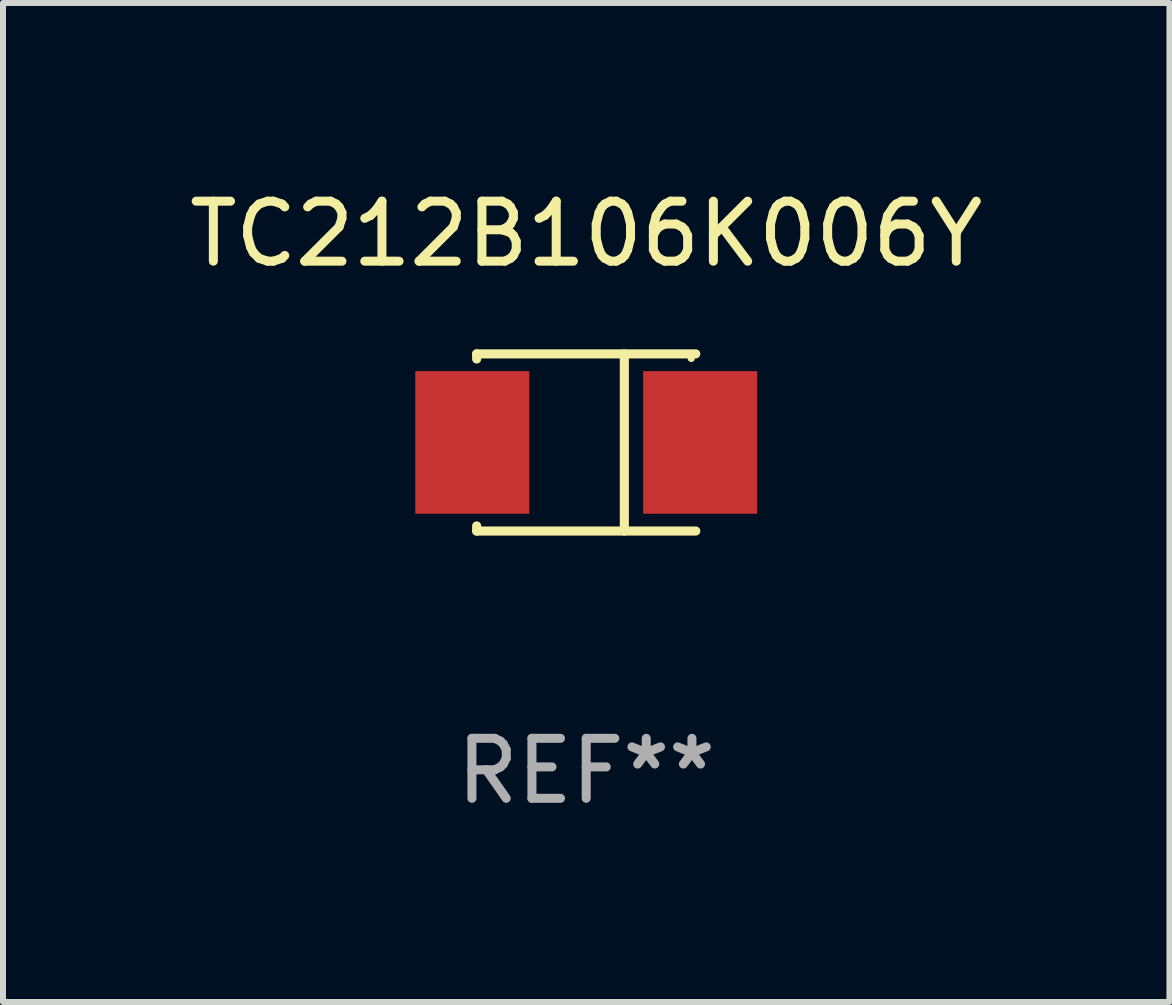
<source format=kicad_pcb>
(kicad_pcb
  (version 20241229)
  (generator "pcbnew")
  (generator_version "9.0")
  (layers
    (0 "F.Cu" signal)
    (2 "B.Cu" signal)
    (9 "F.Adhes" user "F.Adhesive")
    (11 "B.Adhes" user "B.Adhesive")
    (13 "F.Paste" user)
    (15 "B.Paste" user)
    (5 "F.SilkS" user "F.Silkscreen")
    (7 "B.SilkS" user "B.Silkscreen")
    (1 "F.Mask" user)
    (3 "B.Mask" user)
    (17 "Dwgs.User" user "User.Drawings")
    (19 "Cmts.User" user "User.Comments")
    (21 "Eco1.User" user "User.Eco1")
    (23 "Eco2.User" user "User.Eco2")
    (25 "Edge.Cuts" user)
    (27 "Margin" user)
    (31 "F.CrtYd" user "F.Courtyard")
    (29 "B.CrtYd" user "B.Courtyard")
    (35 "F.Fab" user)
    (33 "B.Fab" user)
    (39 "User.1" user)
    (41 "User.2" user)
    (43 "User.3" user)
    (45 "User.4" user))
  (footprint "TC212B106K006Y"
    (layer "F.Cu")
    (at 6.72 4.324)
    (property "Reference" "TC212B106K006Y" (at 0 -3.476 0) (layer "F.SilkS") (effects (font (size 1 1) (thickness 0.15))))
    (attr through_hole)
    (fp_line (start -1.826 -1.476) (end -1.826 -1.391) (stroke (width 0.152) (type solid)) (layer "F.SilkS"))
    (fp_line (start -1.826 -1.476) (end 1.826 -1.476) (stroke (width 0.152) (type solid)) (layer "F.SilkS"))
    (fp_line (start -1.826 1.476) (end -1.826 1.391) (stroke (width 0.152) (type solid)) (layer "F.SilkS"))
    (fp_line (start -1.826 1.476) (end 1.826 1.476) (stroke (width 0.152) (type solid)) (layer "F.SilkS"))
    (fp_line (start 0.635 -1.476) (end 0.635 1.476) (stroke (width 0.152) (type solid)) (layer "F.SilkS"))
    (fp_circle (center 1.75 -1.4) (end 1.78 -1.4) (stroke (width 0.06) (type solid)) (fill no) (layer "F.SilkS"))
    (fp_text user "REF**" (at 0 5.476 0) (layer "F.Fab") (effects (font (size 1 1) (thickness 0.15))))
    (pad "1" smd rect (at 1.899 0) (size 1.9 2.376) (layers "F.Cu" "F.Mask" "F.Paste"))
    (pad "2" smd rect (at -1.899 0) (size 1.9 2.376) (layers "F.Cu" "F.Mask" "F.Paste")))
  (gr_rect
    (start -3 -3)
    (end 16.44 13.649)
    (stroke (width 0.1) (type default))
    (fill no)
    (layer "Edge.Cuts")))
</source>
